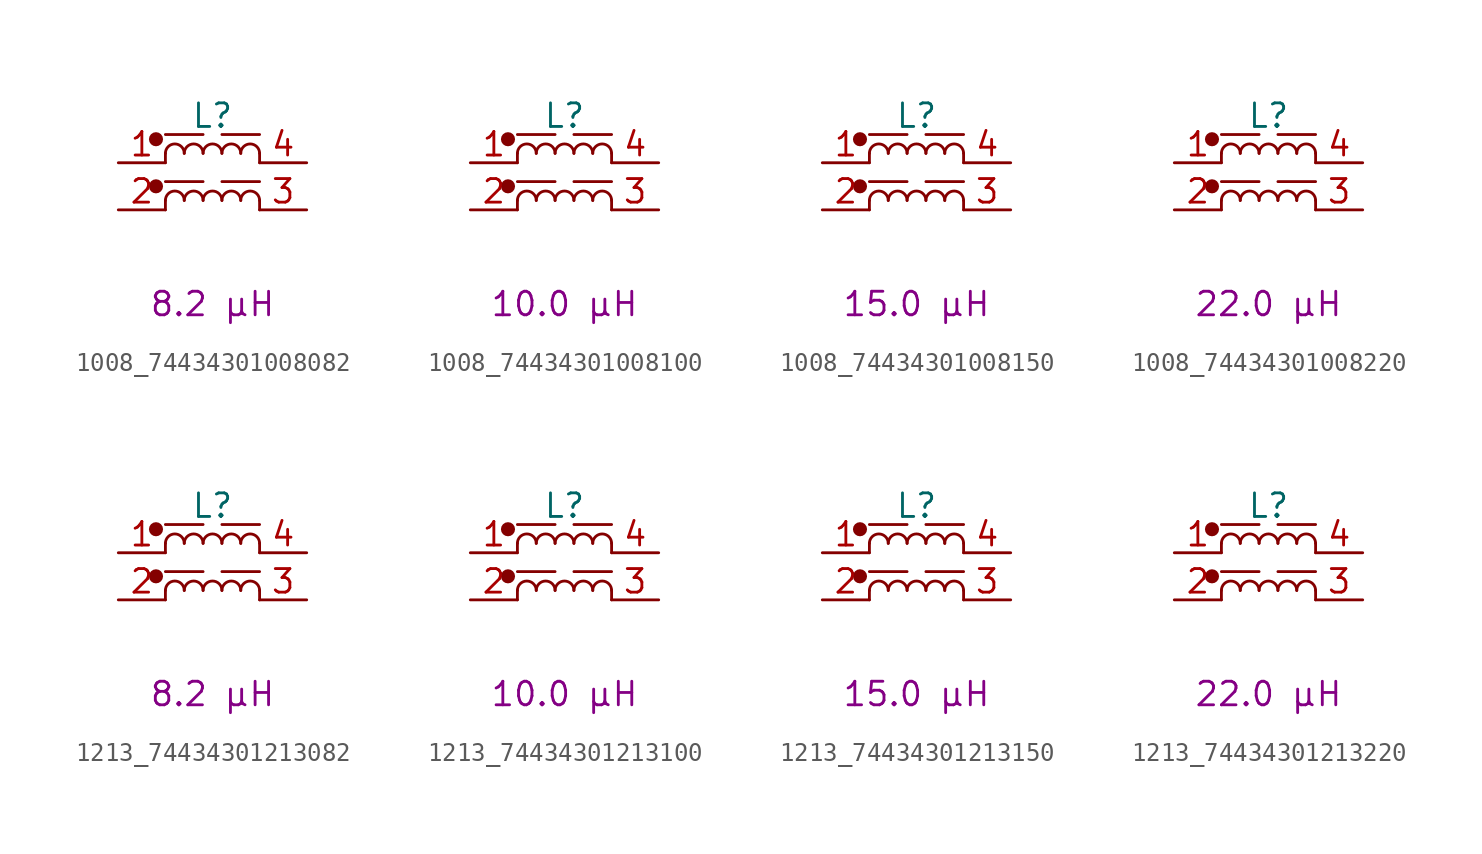
<source format=kicad_sym>
(kicad_symbol_lib
  (version 20220914)
  (generator kicad_symbol_editor)
  (symbol "1008_74434301008082"
    (pin_names hide)
    (property "Reference" "L"
      (at 0 5.08 0)
      (effects (font (size 1.27 1.27))))
    (property "Critical Parameter" "8.2 µH"
      (at 0 -5.08 0)
      (effects (font (size 1.27 1.27))))
    (symbol "1008_74434301008082_0_1"
      (arc (start -1.524 0.508) (mid -2.032 1.0138) (end -2.54 0.508) (stroke (width 0) (type default)) (fill (type none)))
      (arc (start -1.524 3.048) (mid -2.032 3.5538) (end -2.54 3.048) (stroke (width 0) (type default)) (fill (type none)))
      (arc (start -0.508 0.508) (mid -1.016 1.0138) (end -1.524 0.508) (stroke (width 0) (type default)) (fill (type none)))
      (arc (start -0.508 3.048) (mid -1.016 3.5538) (end -1.524 3.048) (stroke (width 0) (type default)) (fill (type none)))
      (polyline (pts (xy -2.54 0.508) (xy -2.54 0)) (stroke (width 0) (type default)) (fill (type none)))
      (polyline (pts (xy -2.54 1.524) (xy -0.508 1.524)) (stroke (width 0) (type default)) (fill (type none)))
      (polyline (pts (xy -2.54 3.048) (xy -2.54 2.54)) (stroke (width 0) (type default)) (fill (type none)))
      (polyline (pts (xy -2.54 4.064) (xy -0.508 4.064)) (stroke (width 0) (type default)) (fill (type none)))
      (polyline (pts (xy 0.508 1.524) (xy 2.54 1.524)) (stroke (width 0) (type default)) (fill (type none)))
      (polyline (pts (xy 0.508 4.064) (xy 2.54 4.064)) (stroke (width 0) (type default)) (fill (type none)))
      (polyline (pts (xy 2.54 0.508) (xy 2.54 0)) (stroke (width 0) (type default)) (fill (type none)))
      (polyline (pts (xy 2.54 3.048) (xy 2.54 2.54)) (stroke (width 0) (type default)) (fill (type none)))
      (arc (start 0.508 0.508) (mid 0 1.0138) (end -0.508 0.508) (stroke (width 0) (type default)) (fill (type none)))
      (arc (start 0.508 3.048) (mid 0 3.5538) (end -0.508 3.048) (stroke (width 0) (type default)) (fill (type none)))
      (arc (start 1.524 0.508) (mid 1.016 1.0138) (end 0.508 0.508) (stroke (width 0) (type default)) (fill (type none)))
      (arc (start 1.524 3.048) (mid 1.016 3.5538) (end 0.508 3.048) (stroke (width 0) (type default)) (fill (type none)))
      (arc (start 2.54 0.508) (mid 2.032 1.0138) (end 1.524 0.508) (stroke (width 0) (type default)) (fill (type none)))
      (arc (start 2.54 3.048) (mid 2.032 3.5538) (end 1.524 3.048) (stroke (width 0) (type default)) (fill (type none))))
    (symbol "1008_74434301008082_1_1"
      (circle (center -3.048 1.27) (radius 0.0001) (stroke (width 0.381) (type default)) (fill (type none)))
      (circle (center -3.048 3.81) (radius 0.0001) (stroke (width 0.381) (type default)) (fill (type none)))
      (pin passive line (at -5.08 2.54 0) (length 2.54) (name "1" (effects (font (size 1.27 1.27)))) (number "1" (effects (font (size 1.27 1.27)))))
      (pin passive line (at -5.08 0 0) (length 2.54) (name "2" (effects (font (size 1.27 1.27)))) (number "2" (effects (font (size 1.27 1.27)))))
      (pin passive line (at 5.08 0 180) (length 2.54) (name "3" (effects (font (size 1.27 1.27)))) (number "3" (effects (font (size 1.27 1.27)))))
      (pin passive line (at 5.08 2.54 180) (length 2.54) (name "4" (effects (font (size 1.27 1.27)))) (number "4" (effects (font (size 1.27 1.27)))))))
  (symbol "1008_74434301008100"
    (pin_names hide)
    (property "Reference" "L"
      (at 0 5.08 0)
      (effects (font (size 1.27 1.27))))
    (property "Critical Parameter" "10.0 µH"
      (at 0 -5.08 0)
      (effects (font (size 1.27 1.27))))
    (symbol "1008_74434301008100_0_1"
      (arc (start -1.524 0.508) (mid -2.032 1.0138) (end -2.54 0.508) (stroke (width 0) (type default)) (fill (type none)))
      (arc (start -1.524 3.048) (mid -2.032 3.5538) (end -2.54 3.048) (stroke (width 0) (type default)) (fill (type none)))
      (arc (start -0.508 0.508) (mid -1.016 1.0138) (end -1.524 0.508) (stroke (width 0) (type default)) (fill (type none)))
      (arc (start -0.508 3.048) (mid -1.016 3.5538) (end -1.524 3.048) (stroke (width 0) (type default)) (fill (type none)))
      (polyline (pts (xy -2.54 0.508) (xy -2.54 0)) (stroke (width 0) (type default)) (fill (type none)))
      (polyline (pts (xy -2.54 1.524) (xy -0.508 1.524)) (stroke (width 0) (type default)) (fill (type none)))
      (polyline (pts (xy -2.54 3.048) (xy -2.54 2.54)) (stroke (width 0) (type default)) (fill (type none)))
      (polyline (pts (xy -2.54 4.064) (xy -0.508 4.064)) (stroke (width 0) (type default)) (fill (type none)))
      (polyline (pts (xy 0.508 1.524) (xy 2.54 1.524)) (stroke (width 0) (type default)) (fill (type none)))
      (polyline (pts (xy 0.508 4.064) (xy 2.54 4.064)) (stroke (width 0) (type default)) (fill (type none)))
      (polyline (pts (xy 2.54 0.508) (xy 2.54 0)) (stroke (width 0) (type default)) (fill (type none)))
      (polyline (pts (xy 2.54 3.048) (xy 2.54 2.54)) (stroke (width 0) (type default)) (fill (type none)))
      (arc (start 0.508 0.508) (mid 0 1.0138) (end -0.508 0.508) (stroke (width 0) (type default)) (fill (type none)))
      (arc (start 0.508 3.048) (mid 0 3.5538) (end -0.508 3.048) (stroke (width 0) (type default)) (fill (type none)))
      (arc (start 1.524 0.508) (mid 1.016 1.0138) (end 0.508 0.508) (stroke (width 0) (type default)) (fill (type none)))
      (arc (start 1.524 3.048) (mid 1.016 3.5538) (end 0.508 3.048) (stroke (width 0) (type default)) (fill (type none)))
      (arc (start 2.54 0.508) (mid 2.032 1.0138) (end 1.524 0.508) (stroke (width 0) (type default)) (fill (type none)))
      (arc (start 2.54 3.048) (mid 2.032 3.5538) (end 1.524 3.048) (stroke (width 0) (type default)) (fill (type none))))
    (symbol "1008_74434301008100_1_1"
      (circle (center -3.048 1.27) (radius 0.0001) (stroke (width 0.381) (type default)) (fill (type none)))
      (circle (center -3.048 3.81) (radius 0.0001) (stroke (width 0.381) (type default)) (fill (type none)))
      (pin passive line (at -5.08 2.54 0) (length 2.54) (name "1" (effects (font (size 1.27 1.27)))) (number "1" (effects (font (size 1.27 1.27)))))
      (pin passive line (at -5.08 0 0) (length 2.54) (name "2" (effects (font (size 1.27 1.27)))) (number "2" (effects (font (size 1.27 1.27)))))
      (pin passive line (at 5.08 0 180) (length 2.54) (name "3" (effects (font (size 1.27 1.27)))) (number "3" (effects (font (size 1.27 1.27)))))
      (pin passive line (at 5.08 2.54 180) (length 2.54) (name "4" (effects (font (size 1.27 1.27)))) (number "4" (effects (font (size 1.27 1.27)))))))
  (symbol "1008_74434301008150"
    (pin_names hide)
    (property "Reference" "L"
      (at 0 5.08 0)
      (effects (font (size 1.27 1.27))))
    (property "Critical Parameter" "15.0 µH"
      (at 0 -5.08 0)
      (effects (font (size 1.27 1.27))))
    (symbol "1008_74434301008150_0_1"
      (arc (start -1.524 0.508) (mid -2.032 1.0138) (end -2.54 0.508) (stroke (width 0) (type default)) (fill (type none)))
      (arc (start -1.524 3.048) (mid -2.032 3.5538) (end -2.54 3.048) (stroke (width 0) (type default)) (fill (type none)))
      (arc (start -0.508 0.508) (mid -1.016 1.0138) (end -1.524 0.508) (stroke (width 0) (type default)) (fill (type none)))
      (arc (start -0.508 3.048) (mid -1.016 3.5538) (end -1.524 3.048) (stroke (width 0) (type default)) (fill (type none)))
      (polyline (pts (xy -2.54 0.508) (xy -2.54 0)) (stroke (width 0) (type default)) (fill (type none)))
      (polyline (pts (xy -2.54 1.524) (xy -0.508 1.524)) (stroke (width 0) (type default)) (fill (type none)))
      (polyline (pts (xy -2.54 3.048) (xy -2.54 2.54)) (stroke (width 0) (type default)) (fill (type none)))
      (polyline (pts (xy -2.54 4.064) (xy -0.508 4.064)) (stroke (width 0) (type default)) (fill (type none)))
      (polyline (pts (xy 0.508 1.524) (xy 2.54 1.524)) (stroke (width 0) (type default)) (fill (type none)))
      (polyline (pts (xy 0.508 4.064) (xy 2.54 4.064)) (stroke (width 0) (type default)) (fill (type none)))
      (polyline (pts (xy 2.54 0.508) (xy 2.54 0)) (stroke (width 0) (type default)) (fill (type none)))
      (polyline (pts (xy 2.54 3.048) (xy 2.54 2.54)) (stroke (width 0) (type default)) (fill (type none)))
      (arc (start 0.508 0.508) (mid 0 1.0138) (end -0.508 0.508) (stroke (width 0) (type default)) (fill (type none)))
      (arc (start 0.508 3.048) (mid 0 3.5538) (end -0.508 3.048) (stroke (width 0) (type default)) (fill (type none)))
      (arc (start 1.524 0.508) (mid 1.016 1.0138) (end 0.508 0.508) (stroke (width 0) (type default)) (fill (type none)))
      (arc (start 1.524 3.048) (mid 1.016 3.5538) (end 0.508 3.048) (stroke (width 0) (type default)) (fill (type none)))
      (arc (start 2.54 0.508) (mid 2.032 1.0138) (end 1.524 0.508) (stroke (width 0) (type default)) (fill (type none)))
      (arc (start 2.54 3.048) (mid 2.032 3.5538) (end 1.524 3.048) (stroke (width 0) (type default)) (fill (type none))))
    (symbol "1008_74434301008150_1_1"
      (circle (center -3.048 1.27) (radius 0.0001) (stroke (width 0.381) (type default)) (fill (type none)))
      (circle (center -3.048 3.81) (radius 0.0001) (stroke (width 0.381) (type default)) (fill (type none)))
      (pin passive line (at -5.08 2.54 0) (length 2.54) (name "1" (effects (font (size 1.27 1.27)))) (number "1" (effects (font (size 1.27 1.27)))))
      (pin passive line (at -5.08 0 0) (length 2.54) (name "2" (effects (font (size 1.27 1.27)))) (number "2" (effects (font (size 1.27 1.27)))))
      (pin passive line (at 5.08 0 180) (length 2.54) (name "3" (effects (font (size 1.27 1.27)))) (number "3" (effects (font (size 1.27 1.27)))))
      (pin passive line (at 5.08 2.54 180) (length 2.54) (name "4" (effects (font (size 1.27 1.27)))) (number "4" (effects (font (size 1.27 1.27)))))))
  (symbol "1008_74434301008220"
    (pin_names hide)
    (property "Reference" "L"
      (at 0 5.08 0)
      (effects (font (size 1.27 1.27))))
    (property "Critical Parameter" "22.0 µH"
      (at 0 -5.08 0)
      (effects (font (size 1.27 1.27))))
    (symbol "1008_74434301008220_0_1"
      (arc (start -1.524 0.508) (mid -2.032 1.0138) (end -2.54 0.508) (stroke (width 0) (type default)) (fill (type none)))
      (arc (start -1.524 3.048) (mid -2.032 3.5538) (end -2.54 3.048) (stroke (width 0) (type default)) (fill (type none)))
      (arc (start -0.508 0.508) (mid -1.016 1.0138) (end -1.524 0.508) (stroke (width 0) (type default)) (fill (type none)))
      (arc (start -0.508 3.048) (mid -1.016 3.5538) (end -1.524 3.048) (stroke (width 0) (type default)) (fill (type none)))
      (polyline (pts (xy -2.54 0.508) (xy -2.54 0)) (stroke (width 0) (type default)) (fill (type none)))
      (polyline (pts (xy -2.54 1.524) (xy -0.508 1.524)) (stroke (width 0) (type default)) (fill (type none)))
      (polyline (pts (xy -2.54 3.048) (xy -2.54 2.54)) (stroke (width 0) (type default)) (fill (type none)))
      (polyline (pts (xy -2.54 4.064) (xy -0.508 4.064)) (stroke (width 0) (type default)) (fill (type none)))
      (polyline (pts (xy 0.508 1.524) (xy 2.54 1.524)) (stroke (width 0) (type default)) (fill (type none)))
      (polyline (pts (xy 0.508 4.064) (xy 2.54 4.064)) (stroke (width 0) (type default)) (fill (type none)))
      (polyline (pts (xy 2.54 0.508) (xy 2.54 0)) (stroke (width 0) (type default)) (fill (type none)))
      (polyline (pts (xy 2.54 3.048) (xy 2.54 2.54)) (stroke (width 0) (type default)) (fill (type none)))
      (arc (start 0.508 0.508) (mid 0 1.0138) (end -0.508 0.508) (stroke (width 0) (type default)) (fill (type none)))
      (arc (start 0.508 3.048) (mid 0 3.5538) (end -0.508 3.048) (stroke (width 0) (type default)) (fill (type none)))
      (arc (start 1.524 0.508) (mid 1.016 1.0138) (end 0.508 0.508) (stroke (width 0) (type default)) (fill (type none)))
      (arc (start 1.524 3.048) (mid 1.016 3.5538) (end 0.508 3.048) (stroke (width 0) (type default)) (fill (type none)))
      (arc (start 2.54 0.508) (mid 2.032 1.0138) (end 1.524 0.508) (stroke (width 0) (type default)) (fill (type none)))
      (arc (start 2.54 3.048) (mid 2.032 3.5538) (end 1.524 3.048) (stroke (width 0) (type default)) (fill (type none))))
    (symbol "1008_74434301008220_1_1"
      (circle (center -3.048 1.27) (radius 0.0001) (stroke (width 0.381) (type default)) (fill (type none)))
      (circle (center -3.048 3.81) (radius 0.0001) (stroke (width 0.381) (type default)) (fill (type none)))
      (pin passive line (at -5.08 2.54 0) (length 2.54) (name "1" (effects (font (size 1.27 1.27)))) (number "1" (effects (font (size 1.27 1.27)))))
      (pin passive line (at -5.08 0 0) (length 2.54) (name "2" (effects (font (size 1.27 1.27)))) (number "2" (effects (font (size 1.27 1.27)))))
      (pin passive line (at 5.08 0 180) (length 2.54) (name "3" (effects (font (size 1.27 1.27)))) (number "3" (effects (font (size 1.27 1.27)))))
      (pin passive line (at 5.08 2.54 180) (length 2.54) (name "4" (effects (font (size 1.27 1.27)))) (number "4" (effects (font (size 1.27 1.27)))))))
  (symbol "1213_74434301213082"
    (pin_names hide)
    (property "Reference" "L"
      (at 0 5.08 0)
      (effects (font (size 1.27 1.27))))
    (property "Critical Parameter" "8.2 µH"
      (at 0 -5.08 0)
      (effects (font (size 1.27 1.27))))
    (symbol "1213_74434301213082_0_1"
      (arc (start -1.524 0.508) (mid -2.032 1.0138) (end -2.54 0.508) (stroke (width 0) (type default)) (fill (type none)))
      (arc (start -1.524 3.048) (mid -2.032 3.5538) (end -2.54 3.048) (stroke (width 0) (type default)) (fill (type none)))
      (arc (start -0.508 0.508) (mid -1.016 1.0138) (end -1.524 0.508) (stroke (width 0) (type default)) (fill (type none)))
      (arc (start -0.508 3.048) (mid -1.016 3.5538) (end -1.524 3.048) (stroke (width 0) (type default)) (fill (type none)))
      (polyline (pts (xy -2.54 0.508) (xy -2.54 0)) (stroke (width 0) (type default)) (fill (type none)))
      (polyline (pts (xy -2.54 1.524) (xy -0.508 1.524)) (stroke (width 0) (type default)) (fill (type none)))
      (polyline (pts (xy -2.54 3.048) (xy -2.54 2.54)) (stroke (width 0) (type default)) (fill (type none)))
      (polyline (pts (xy -2.54 4.064) (xy -0.508 4.064)) (stroke (width 0) (type default)) (fill (type none)))
      (polyline (pts (xy 0.508 1.524) (xy 2.54 1.524)) (stroke (width 0) (type default)) (fill (type none)))
      (polyline (pts (xy 0.508 4.064) (xy 2.54 4.064)) (stroke (width 0) (type default)) (fill (type none)))
      (polyline (pts (xy 2.54 0.508) (xy 2.54 0)) (stroke (width 0) (type default)) (fill (type none)))
      (polyline (pts (xy 2.54 3.048) (xy 2.54 2.54)) (stroke (width 0) (type default)) (fill (type none)))
      (arc (start 0.508 0.508) (mid 0 1.0138) (end -0.508 0.508) (stroke (width 0) (type default)) (fill (type none)))
      (arc (start 0.508 3.048) (mid 0 3.5538) (end -0.508 3.048) (stroke (width 0) (type default)) (fill (type none)))
      (arc (start 1.524 0.508) (mid 1.016 1.0138) (end 0.508 0.508) (stroke (width 0) (type default)) (fill (type none)))
      (arc (start 1.524 3.048) (mid 1.016 3.5538) (end 0.508 3.048) (stroke (width 0) (type default)) (fill (type none)))
      (arc (start 2.54 0.508) (mid 2.032 1.0138) (end 1.524 0.508) (stroke (width 0) (type default)) (fill (type none)))
      (arc (start 2.54 3.048) (mid 2.032 3.5538) (end 1.524 3.048) (stroke (width 0) (type default)) (fill (type none))))
    (symbol "1213_74434301213082_1_1"
      (circle (center -3.048 1.27) (radius 0.0001) (stroke (width 0.381) (type default)) (fill (type none)))
      (circle (center -3.048 3.81) (radius 0.0001) (stroke (width 0.381) (type default)) (fill (type none)))
      (pin passive line (at -5.08 2.54 0) (length 2.54) (name "1" (effects (font (size 1.27 1.27)))) (number "1" (effects (font (size 1.27 1.27)))))
      (pin passive line (at -5.08 0 0) (length 2.54) (name "2" (effects (font (size 1.27 1.27)))) (number "2" (effects (font (size 1.27 1.27)))))
      (pin passive line (at 5.08 0 180) (length 2.54) (name "3" (effects (font (size 1.27 1.27)))) (number "3" (effects (font (size 1.27 1.27)))))
      (pin passive line (at 5.08 2.54 180) (length 2.54) (name "4" (effects (font (size 1.27 1.27)))) (number "4" (effects (font (size 1.27 1.27)))))))
  (symbol "1213_74434301213100"
    (pin_names hide)
    (property "Reference" "L"
      (at 0 5.08 0)
      (effects (font (size 1.27 1.27))))
    (property "Critical Parameter" "10.0 µH"
      (at 0 -5.08 0)
      (effects (font (size 1.27 1.27))))
    (symbol "1213_74434301213100_0_1"
      (arc (start -1.524 0.508) (mid -2.032 1.0138) (end -2.54 0.508) (stroke (width 0) (type default)) (fill (type none)))
      (arc (start -1.524 3.048) (mid -2.032 3.5538) (end -2.54 3.048) (stroke (width 0) (type default)) (fill (type none)))
      (arc (start -0.508 0.508) (mid -1.016 1.0138) (end -1.524 0.508) (stroke (width 0) (type default)) (fill (type none)))
      (arc (start -0.508 3.048) (mid -1.016 3.5538) (end -1.524 3.048) (stroke (width 0) (type default)) (fill (type none)))
      (polyline (pts (xy -2.54 0.508) (xy -2.54 0)) (stroke (width 0) (type default)) (fill (type none)))
      (polyline (pts (xy -2.54 1.524) (xy -0.508 1.524)) (stroke (width 0) (type default)) (fill (type none)))
      (polyline (pts (xy -2.54 3.048) (xy -2.54 2.54)) (stroke (width 0) (type default)) (fill (type none)))
      (polyline (pts (xy -2.54 4.064) (xy -0.508 4.064)) (stroke (width 0) (type default)) (fill (type none)))
      (polyline (pts (xy 0.508 1.524) (xy 2.54 1.524)) (stroke (width 0) (type default)) (fill (type none)))
      (polyline (pts (xy 0.508 4.064) (xy 2.54 4.064)) (stroke (width 0) (type default)) (fill (type none)))
      (polyline (pts (xy 2.54 0.508) (xy 2.54 0)) (stroke (width 0) (type default)) (fill (type none)))
      (polyline (pts (xy 2.54 3.048) (xy 2.54 2.54)) (stroke (width 0) (type default)) (fill (type none)))
      (arc (start 0.508 0.508) (mid 0 1.0138) (end -0.508 0.508) (stroke (width 0) (type default)) (fill (type none)))
      (arc (start 0.508 3.048) (mid 0 3.5538) (end -0.508 3.048) (stroke (width 0) (type default)) (fill (type none)))
      (arc (start 1.524 0.508) (mid 1.016 1.0138) (end 0.508 0.508) (stroke (width 0) (type default)) (fill (type none)))
      (arc (start 1.524 3.048) (mid 1.016 3.5538) (end 0.508 3.048) (stroke (width 0) (type default)) (fill (type none)))
      (arc (start 2.54 0.508) (mid 2.032 1.0138) (end 1.524 0.508) (stroke (width 0) (type default)) (fill (type none)))
      (arc (start 2.54 3.048) (mid 2.032 3.5538) (end 1.524 3.048) (stroke (width 0) (type default)) (fill (type none))))
    (symbol "1213_74434301213100_1_1"
      (circle (center -3.048 1.27) (radius 0.0001) (stroke (width 0.381) (type default)) (fill (type none)))
      (circle (center -3.048 3.81) (radius 0.0001) (stroke (width 0.381) (type default)) (fill (type none)))
      (pin passive line (at -5.08 2.54 0) (length 2.54) (name "1" (effects (font (size 1.27 1.27)))) (number "1" (effects (font (size 1.27 1.27)))))
      (pin passive line (at -5.08 0 0) (length 2.54) (name "2" (effects (font (size 1.27 1.27)))) (number "2" (effects (font (size 1.27 1.27)))))
      (pin passive line (at 5.08 0 180) (length 2.54) (name "3" (effects (font (size 1.27 1.27)))) (number "3" (effects (font (size 1.27 1.27)))))
      (pin passive line (at 5.08 2.54 180) (length 2.54) (name "4" (effects (font (size 1.27 1.27)))) (number "4" (effects (font (size 1.27 1.27)))))))
  (symbol "1213_74434301213150"
    (pin_names hide)
    (property "Reference" "L"
      (at 0 5.08 0)
      (effects (font (size 1.27 1.27))))
    (property "Critical Parameter" "15.0 µH"
      (at 0 -5.08 0)
      (effects (font (size 1.27 1.27))))
    (symbol "1213_74434301213150_0_1"
      (arc (start -1.524 0.508) (mid -2.032 1.0138) (end -2.54 0.508) (stroke (width 0) (type default)) (fill (type none)))
      (arc (start -1.524 3.048) (mid -2.032 3.5538) (end -2.54 3.048) (stroke (width 0) (type default)) (fill (type none)))
      (arc (start -0.508 0.508) (mid -1.016 1.0138) (end -1.524 0.508) (stroke (width 0) (type default)) (fill (type none)))
      (arc (start -0.508 3.048) (mid -1.016 3.5538) (end -1.524 3.048) (stroke (width 0) (type default)) (fill (type none)))
      (polyline (pts (xy -2.54 0.508) (xy -2.54 0)) (stroke (width 0) (type default)) (fill (type none)))
      (polyline (pts (xy -2.54 1.524) (xy -0.508 1.524)) (stroke (width 0) (type default)) (fill (type none)))
      (polyline (pts (xy -2.54 3.048) (xy -2.54 2.54)) (stroke (width 0) (type default)) (fill (type none)))
      (polyline (pts (xy -2.54 4.064) (xy -0.508 4.064)) (stroke (width 0) (type default)) (fill (type none)))
      (polyline (pts (xy 0.508 1.524) (xy 2.54 1.524)) (stroke (width 0) (type default)) (fill (type none)))
      (polyline (pts (xy 0.508 4.064) (xy 2.54 4.064)) (stroke (width 0) (type default)) (fill (type none)))
      (polyline (pts (xy 2.54 0.508) (xy 2.54 0)) (stroke (width 0) (type default)) (fill (type none)))
      (polyline (pts (xy 2.54 3.048) (xy 2.54 2.54)) (stroke (width 0) (type default)) (fill (type none)))
      (arc (start 0.508 0.508) (mid 0 1.0138) (end -0.508 0.508) (stroke (width 0) (type default)) (fill (type none)))
      (arc (start 0.508 3.048) (mid 0 3.5538) (end -0.508 3.048) (stroke (width 0) (type default)) (fill (type none)))
      (arc (start 1.524 0.508) (mid 1.016 1.0138) (end 0.508 0.508) (stroke (width 0) (type default)) (fill (type none)))
      (arc (start 1.524 3.048) (mid 1.016 3.5538) (end 0.508 3.048) (stroke (width 0) (type default)) (fill (type none)))
      (arc (start 2.54 0.508) (mid 2.032 1.0138) (end 1.524 0.508) (stroke (width 0) (type default)) (fill (type none)))
      (arc (start 2.54 3.048) (mid 2.032 3.5538) (end 1.524 3.048) (stroke (width 0) (type default)) (fill (type none))))
    (symbol "1213_74434301213150_1_1"
      (circle (center -3.048 1.27) (radius 0.0001) (stroke (width 0.381) (type default)) (fill (type none)))
      (circle (center -3.048 3.81) (radius 0.0001) (stroke (width 0.381) (type default)) (fill (type none)))
      (pin passive line (at -5.08 2.54 0) (length 2.54) (name "1" (effects (font (size 1.27 1.27)))) (number "1" (effects (font (size 1.27 1.27)))))
      (pin passive line (at -5.08 0 0) (length 2.54) (name "2" (effects (font (size 1.27 1.27)))) (number "2" (effects (font (size 1.27 1.27)))))
      (pin passive line (at 5.08 0 180) (length 2.54) (name "3" (effects (font (size 1.27 1.27)))) (number "3" (effects (font (size 1.27 1.27)))))
      (pin passive line (at 5.08 2.54 180) (length 2.54) (name "4" (effects (font (size 1.27 1.27)))) (number "4" (effects (font (size 1.27 1.27)))))))
  (symbol "1213_74434301213220"
    (pin_names hide)
    (property "Reference" "L"
      (at 0 5.08 0)
      (effects (font (size 1.27 1.27))))
    (property "Critical Parameter" "22.0 µH"
      (at 0 -5.08 0)
      (effects (font (size 1.27 1.27))))
    (symbol "1213_74434301213220_0_1"
      (arc (start -1.524 0.508) (mid -2.032 1.0138) (end -2.54 0.508) (stroke (width 0) (type default)) (fill (type none)))
      (arc (start -1.524 3.048) (mid -2.032 3.5538) (end -2.54 3.048) (stroke (width 0) (type default)) (fill (type none)))
      (arc (start -0.508 0.508) (mid -1.016 1.0138) (end -1.524 0.508) (stroke (width 0) (type default)) (fill (type none)))
      (arc (start -0.508 3.048) (mid -1.016 3.5538) (end -1.524 3.048) (stroke (width 0) (type default)) (fill (type none)))
      (polyline (pts (xy -2.54 0.508) (xy -2.54 0)) (stroke (width 0) (type default)) (fill (type none)))
      (polyline (pts (xy -2.54 1.524) (xy -0.508 1.524)) (stroke (width 0) (type default)) (fill (type none)))
      (polyline (pts (xy -2.54 3.048) (xy -2.54 2.54)) (stroke (width 0) (type default)) (fill (type none)))
      (polyline (pts (xy -2.54 4.064) (xy -0.508 4.064)) (stroke (width 0) (type default)) (fill (type none)))
      (polyline (pts (xy 0.508 1.524) (xy 2.54 1.524)) (stroke (width 0) (type default)) (fill (type none)))
      (polyline (pts (xy 0.508 4.064) (xy 2.54 4.064)) (stroke (width 0) (type default)) (fill (type none)))
      (polyline (pts (xy 2.54 0.508) (xy 2.54 0)) (stroke (width 0) (type default)) (fill (type none)))
      (polyline (pts (xy 2.54 3.048) (xy 2.54 2.54)) (stroke (width 0) (type default)) (fill (type none)))
      (arc (start 0.508 0.508) (mid 0 1.0138) (end -0.508 0.508) (stroke (width 0) (type default)) (fill (type none)))
      (arc (start 0.508 3.048) (mid 0 3.5538) (end -0.508 3.048) (stroke (width 0) (type default)) (fill (type none)))
      (arc (start 1.524 0.508) (mid 1.016 1.0138) (end 0.508 0.508) (stroke (width 0) (type default)) (fill (type none)))
      (arc (start 1.524 3.048) (mid 1.016 3.5538) (end 0.508 3.048) (stroke (width 0) (type default)) (fill (type none)))
      (arc (start 2.54 0.508) (mid 2.032 1.0138) (end 1.524 0.508) (stroke (width 0) (type default)) (fill (type none)))
      (arc (start 2.54 3.048) (mid 2.032 3.5538) (end 1.524 3.048) (stroke (width 0) (type default)) (fill (type none))))
    (symbol "1213_74434301213220_1_1"
      (circle (center -3.048 1.27) (radius 0.0001) (stroke (width 0.381) (type default)) (fill (type none)))
      (circle (center -3.048 3.81) (radius 0.0001) (stroke (width 0.381) (type default)) (fill (type none)))
      (pin passive line (at -5.08 2.54 0) (length 2.54) (name "1" (effects (font (size 1.27 1.27)))) (number "1" (effects (font (size 1.27 1.27)))))
      (pin passive line (at -5.08 0 0) (length 2.54) (name "2" (effects (font (size 1.27 1.27)))) (number "2" (effects (font (size 1.27 1.27)))))
      (pin passive line (at 5.08 0 180) (length 2.54) (name "3" (effects (font (size 1.27 1.27)))) (number "3" (effects (font (size 1.27 1.27)))))
      (pin passive line (at 5.08 2.54 180) (length 2.54) (name "4" (effects (font (size 1.27 1.27)))) (number "4" (effects (font (size 1.27 1.27))))))))
</source>
